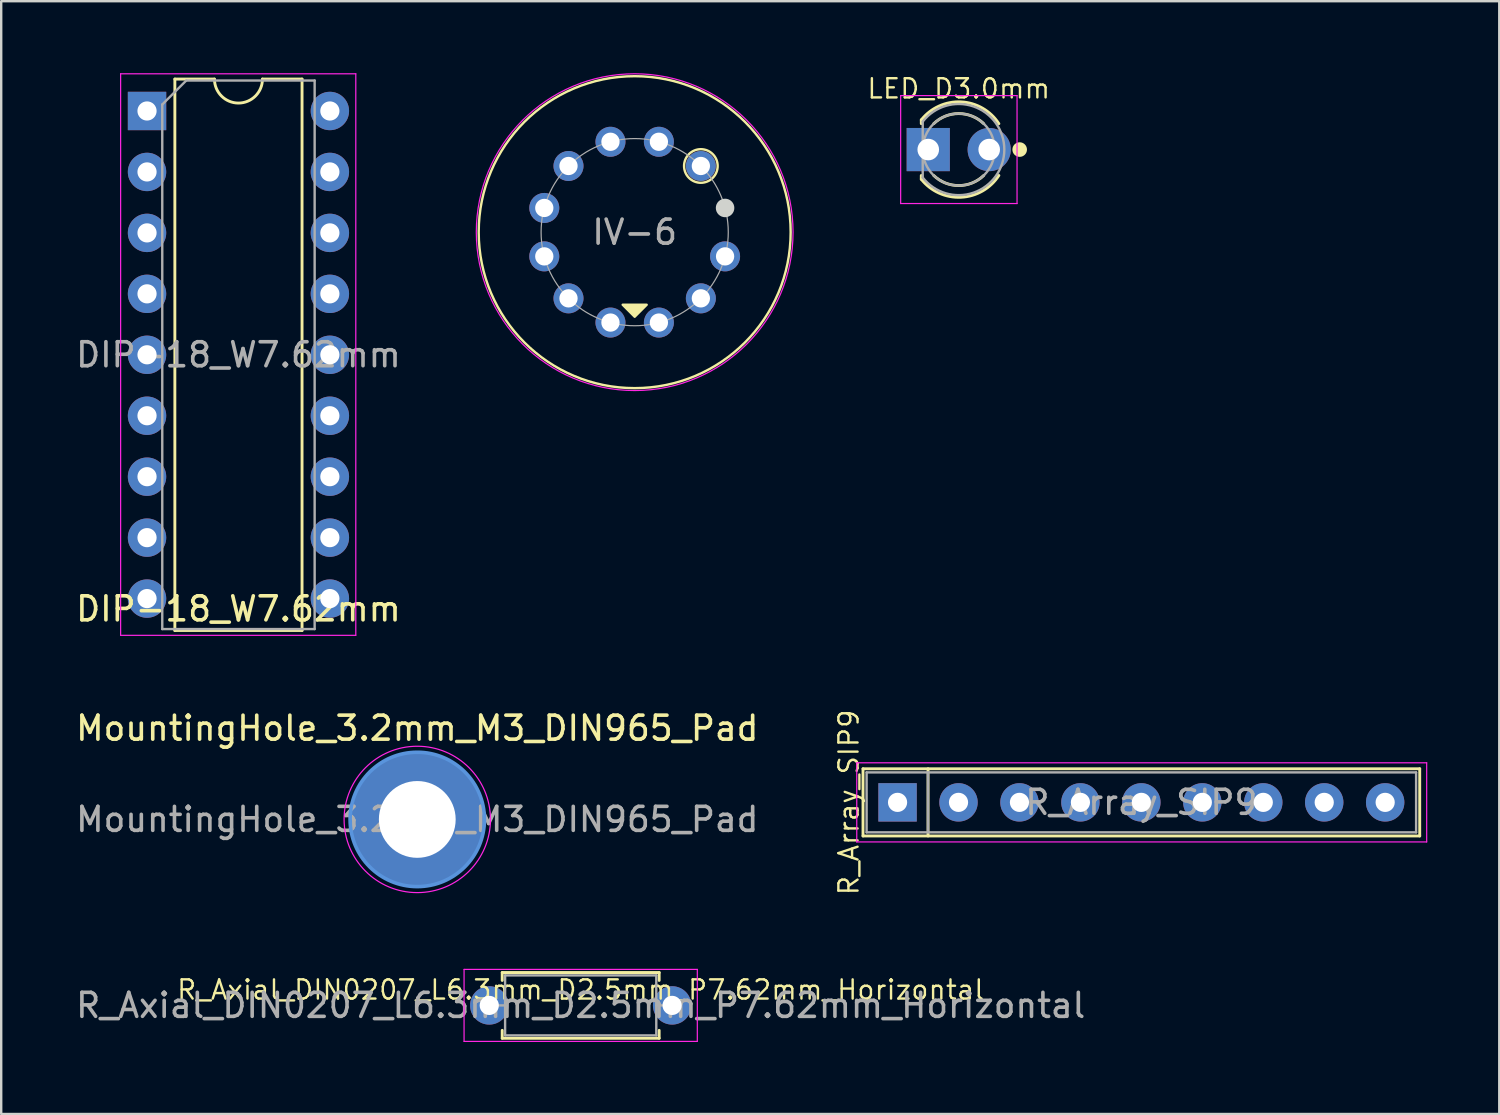
<source format=kicad_pcb>
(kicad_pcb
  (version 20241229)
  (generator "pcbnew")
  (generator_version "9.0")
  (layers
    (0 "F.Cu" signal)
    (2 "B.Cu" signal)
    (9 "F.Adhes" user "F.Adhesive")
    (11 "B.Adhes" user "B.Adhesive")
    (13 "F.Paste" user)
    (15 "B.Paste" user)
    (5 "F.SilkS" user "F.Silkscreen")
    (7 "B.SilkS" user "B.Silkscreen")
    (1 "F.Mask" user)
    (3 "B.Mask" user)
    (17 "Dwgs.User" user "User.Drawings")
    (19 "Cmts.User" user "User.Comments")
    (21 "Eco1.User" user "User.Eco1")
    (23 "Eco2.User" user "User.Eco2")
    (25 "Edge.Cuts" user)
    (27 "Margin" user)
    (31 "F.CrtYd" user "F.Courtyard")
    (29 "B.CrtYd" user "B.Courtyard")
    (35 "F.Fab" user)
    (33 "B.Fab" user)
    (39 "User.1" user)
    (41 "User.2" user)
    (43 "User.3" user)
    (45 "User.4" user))
  (footprint "MountingHole_3.2mm_M3_DIN965_Pad"
    (layer "F.Cu")
    (at 14.339 31.098)
    (property "Reference" "MountingHole_3.2mm_M3_DIN965_Pad" (at 0 -3.8 0) (layer "F.SilkS") (effects (font (size 1 1) (thickness 0.15))))
    (attr exclude_from_pos_files exclude_from_bom)
    (fp_circle (center 0 0) (end 2.8 0) (stroke (width 0.15) (type solid)) (fill no) (layer "Cmts.User"))
    (fp_circle (center 0 0) (end 3.05 0) (stroke (width 0.05) (type solid)) (fill no) (layer "F.CrtYd"))
    (fp_text user "${REFERENCE}" (at 0 0 0) (layer "F.Fab") (effects (font (size 1 1) (thickness 0.15))))
    (pad "1" thru_hole circle (at 0 0) (size 5.6 5.6) (drill 3.2) (layers "*.Cu" "*.Mask")))
  (footprint "LED_D3.0mm"
    (layer "F.Cu")
    (at 35.633 3.183)
    (property "Reference" "LED_D3.0mm" (at 1.27 -2.54 180) (layer "F.SilkS") (effects (font (size 0.8 0.8) (thickness 0.1))))
    (attr through_hole)
    (fp_line (start -0.29 -1.236) (end -0.29 -1.08) (stroke (width 0.12) (type solid)) (layer "F.SilkS"))
    (fp_line (start -0.29 1.08) (end -0.29 1.236) (stroke (width 0.12) (type solid)) (layer "F.SilkS"))
    (fp_arc (start -0.29 -1.235516) (mid 1.366487 -1.987659) (end 2.942335 -1.078608) (stroke (width 0.12) (type solid)) (layer "F.SilkS"))
    (fp_arc (start 0.229039 -1.08) (mid 1.270117 -1.5) (end 2.31113 -1.079837) (stroke (width 0.12) (type solid)) (layer "F.SilkS"))
    (fp_arc (start 2.31113 1.079837) (mid 1.270117 1.5) (end 0.229039 1.08) (stroke (width 0.12) (type solid)) (layer "F.SilkS"))
    (fp_arc (start 2.942335 1.078608) (mid 1.366487 1.987659) (end -0.29 1.235516) (stroke (width 0.12) (type solid)) (layer "F.SilkS"))
    (fp_circle (center 3.81 0) (end 4.064 0) (stroke (width 0.1) (type solid)) (fill yes) (layer "F.SilkS"))
    (fp_line (start -1.15 -2.25) (end -1.15 2.25) (stroke (width 0.05) (type solid)) (layer "F.CrtYd"))
    (fp_line (start -1.15 2.25) (end 3.7 2.25) (stroke (width 0.05) (type solid)) (layer "F.CrtYd"))
    (fp_line (start 3.7 -2.25) (end -1.15 -2.25) (stroke (width 0.05) (type solid)) (layer "F.CrtYd"))
    (fp_line (start 3.7 2.25) (end 3.7 -2.25) (stroke (width 0.05) (type solid)) (layer "F.CrtYd"))
    (fp_line (start -0.23 -1.166) (end -0.23 1.166) (stroke (width 0.1) (type solid)) (layer "F.Fab"))
    (fp_arc (start -0.23 -1.16619) (mid 3.17 0.000452) (end -0.230555 1.165476) (stroke (width 0.1) (type solid)) (layer "F.Fab"))
    (fp_circle (center 1.27 0) (end 2.77 0) (stroke (width 0.1) (type solid)) (fill no) (layer "F.Fab"))
    (pad "1" thru_hole rect (at 0 0) (size 1.8 1.8) (drill 0.9) (layers "*.Cu" "*.Mask"))
    (pad "2" thru_hole circle (at 2.54 0) (size 1.8 1.8) (drill 0.9) (layers "*.Cu" "*.Mask")))
  (footprint "R_Array_SIP9"
    (layer "F.Cu")
    (at 34.354 30.387)
    (property "Reference" "R_Array_SIP9" (at -2.032 0 90) (layer "F.SilkS") (effects (font (size 0.8 0.8) (thickness 0.1))))
    (attr through_hole)
    (fp_line (start -1.44 -1.4) (end -1.44 1.4) (stroke (width 0.12) (type solid)) (layer "F.SilkS"))
    (fp_line (start -1.44 1.4) (end 21.76 1.4) (stroke (width 0.12) (type solid)) (layer "F.SilkS"))
    (fp_line (start 1.27 -1.4) (end 1.27 1.4) (stroke (width 0.12) (type solid)) (layer "F.SilkS"))
    (fp_line (start 21.76 -1.4) (end -1.44 -1.4) (stroke (width 0.12) (type solid)) (layer "F.SilkS"))
    (fp_line (start 21.76 1.4) (end 21.76 -1.4) (stroke (width 0.12) (type solid)) (layer "F.SilkS"))
    (fp_line (start -1.7 -1.65) (end -1.7 1.65) (stroke (width 0.05) (type solid)) (layer "F.CrtYd"))
    (fp_line (start -1.7 1.65) (end 22.05 1.65) (stroke (width 0.05) (type solid)) (layer "F.CrtYd"))
    (fp_line (start 22.05 -1.65) (end -1.7 -1.65) (stroke (width 0.05) (type solid)) (layer "F.CrtYd"))
    (fp_line (start 22.05 1.65) (end 22.05 -1.65) (stroke (width 0.05) (type solid)) (layer "F.CrtYd"))
    (fp_line (start -1.29 -1.25) (end -1.29 1.25) (stroke (width 0.1) (type solid)) (layer "F.Fab"))
    (fp_line (start -1.29 1.25) (end 21.61 1.25) (stroke (width 0.1) (type solid)) (layer "F.Fab"))
    (fp_line (start 1.27 -1.25) (end 1.27 1.25) (stroke (width 0.1) (type solid)) (layer "F.Fab"))
    (fp_line (start 21.61 -1.25) (end -1.29 -1.25) (stroke (width 0.1) (type solid)) (layer "F.Fab"))
    (fp_line (start 21.61 1.25) (end 21.61 -1.25) (stroke (width 0.1) (type solid)) (layer "F.Fab"))
    (fp_text user "${REFERENCE}" (at 10.16 0 0) (layer "F.Fab") (effects (font (size 1 1) (thickness 0.15))))
    (pad "1" thru_hole rect (at 0 0) (size 1.6 1.6) (drill 0.8) (layers "*.Cu" "*.Mask"))
    (pad "2" thru_hole oval (at 2.54 0) (size 1.6 1.6) (drill 0.8) (layers "*.Cu" "*.Mask"))
    (pad "3" thru_hole oval (at 5.08 0) (size 1.6 1.6) (drill 0.8) (layers "*.Cu" "*.Mask"))
    (pad "4" thru_hole oval (at 7.62 0) (size 1.6 1.6) (drill 0.8) (layers "*.Cu" "*.Mask"))
    (pad "5" thru_hole oval (at 10.16 0) (size 1.6 1.6) (drill 0.8) (layers "*.Cu" "*.Mask"))
    (pad "6" thru_hole oval (at 12.7 0) (size 1.6 1.6) (drill 0.8) (layers "*.Cu" "*.Mask"))
    (pad "7" thru_hole oval (at 15.24 0) (size 1.6 1.6) (drill 0.8) (layers "*.Cu" "*.Mask"))
    (pad "8" thru_hole oval (at 17.78 0) (size 1.6 1.6) (drill 0.8) (layers "*.Cu" "*.Mask"))
    (pad "9" thru_hole oval (at 20.32 0) (size 1.6 1.6) (drill 0.8) (layers "*.Cu" "*.Mask")))
  (footprint "R_Axial_DIN0207_L6.3mm_D2.5mm_P7.62mm_Horizontal"
    (layer "F.Cu")
    (at 17.339 38.848)
    (property "Reference" "R_Axial_DIN0207_L6.3mm_D2.5mm_P7.62mm_Horizontal" (at 3.81 -0.65 0) (layer "F.SilkS") (effects (font (size 0.8 0.8) (thickness 0.1))))
    (attr through_hole)
    (fp_line (start 0.54 -1.37) (end 7.08 -1.37) (stroke (width 0.12) (type solid)) (layer "F.SilkS"))
    (fp_line (start 0.54 -1.04) (end 0.54 -1.37) (stroke (width 0.12) (type solid)) (layer "F.SilkS"))
    (fp_line (start 0.54 1.04) (end 0.54 1.37) (stroke (width 0.12) (type solid)) (layer "F.SilkS"))
    (fp_line (start 0.54 1.37) (end 7.08 1.37) (stroke (width 0.12) (type solid)) (layer "F.SilkS"))
    (fp_line (start 7.08 -1.37) (end 7.08 -1.04) (stroke (width 0.12) (type solid)) (layer "F.SilkS"))
    (fp_line (start 7.08 1.37) (end 7.08 1.04) (stroke (width 0.12) (type solid)) (layer "F.SilkS"))
    (fp_line (start -1.05 -1.5) (end -1.05 1.5) (stroke (width 0.05) (type solid)) (layer "F.CrtYd"))
    (fp_line (start -1.05 1.5) (end 8.67 1.5) (stroke (width 0.05) (type solid)) (layer "F.CrtYd"))
    (fp_line (start 8.67 -1.5) (end -1.05 -1.5) (stroke (width 0.05) (type solid)) (layer "F.CrtYd"))
    (fp_line (start 8.67 1.5) (end 8.67 -1.5) (stroke (width 0.05) (type solid)) (layer "F.CrtYd"))
    (fp_line (start 0 0) (end 0.66 0) (stroke (width 0.1) (type solid)) (layer "F.Fab"))
    (fp_line (start 0.66 -1.25) (end 0.66 1.25) (stroke (width 0.1) (type solid)) (layer "F.Fab"))
    (fp_line (start 0.66 1.25) (end 6.96 1.25) (stroke (width 0.1) (type solid)) (layer "F.Fab"))
    (fp_line (start 6.96 -1.25) (end 0.66 -1.25) (stroke (width 0.1) (type solid)) (layer "F.Fab"))
    (fp_line (start 6.96 1.25) (end 6.96 -1.25) (stroke (width 0.1) (type solid)) (layer "F.Fab"))
    (fp_line (start 7.62 0) (end 6.96 0) (stroke (width 0.1) (type solid)) (layer "F.Fab"))
    (fp_text user "${REFERENCE}" (at 3.81 0 0) (layer "F.Fab") (effects (font (size 1 1) (thickness 0.15))))
    (pad "1" thru_hole circle (at 0 0) (size 1.6 1.6) (drill 0.8) (layers "*.Cu" "*.Mask"))
    (pad "2" thru_hole oval (at 7.62 0) (size 1.6 1.6) (drill 0.8) (layers "*.Cu" "*.Mask")))
  (footprint "IV-6"
    (layer "F.Cu")
    (at 23.399 6.625)
    (property "Reference" "IV-6" (at 0 0 0) (unlocked yes) (layer "F.SilkS") (effects (font (size 1 1) (thickness 0.1))))
    (attr through_hole)
    (fp_circle (center 0 0) (end 6.5 0) (stroke (width 0.1) (type solid)) (fill no) (layer "F.SilkS"))
    (fp_circle (center 2.758 -2.758) (end 3.458 -2.758) (stroke (width 0.1) (type default)) (fill no) (layer "F.SilkS"))
    (fp_poly (pts (xy 0 3.525) (xy 0.5 3.025) (xy -0.5 3.025)) (stroke (width 0.1) (type solid)) (fill yes) (layer "F.SilkS"))
    (fp_circle (center 3.767 -1.009) (end 4.148 -1.009) (stroke (width 0.01) (type solid)) (fill yes) (layer "Edge.Cuts"))
    (fp_circle (center 0 0) (end 6.6 0) (stroke (width 0.05) (type solid)) (fill no) (layer "F.CrtYd"))
    (fp_circle (center 0 0) (end 3.9 0) (stroke (width 0.05) (type solid)) (fill no) (layer "F.Fab"))
    (fp_text user "${REFERENCE}" (at 0 0 0) (unlocked yes) (layer "F.Fab") (effects (font (size 1 1) (thickness 0.15))))
    (pad "1" thru_hole circle (at 2.758 -2.758 45) (size 1.25 1.25) (drill 0.762) (layers "*.Cu" "*.Mask"))
    (pad "2" thru_hole circle (at 1.009 -3.767) (size 1.25 1.25) (drill 0.762) (layers "*.Cu" "*.Mask"))
    (pad "3" thru_hole circle (at -1.009 -3.767) (size 1.25 1.25) (drill 0.762) (layers "*.Cu" "*.Mask"))
    (pad "4" thru_hole circle (at -2.758 -2.758) (size 1.25 1.25) (drill 0.762) (layers "*.Cu" "*.Mask"))
    (pad "5" thru_hole circle (at -3.767 -1.009) (size 1.25 1.25) (drill 0.762) (layers "*.Cu" "*.Mask"))
    (pad "6" thru_hole circle (at -3.767 1.009) (size 1.25 1.25) (drill 0.762) (layers "*.Cu" "*.Mask"))
    (pad "7" thru_hole circle (at -2.758 2.758) (size 1.25 1.25) (drill 0.762) (layers "*.Cu" "*.Mask"))
    (pad "8" thru_hole circle (at -1.009 3.767) (size 1.25 1.25) (drill 0.762) (layers "*.Cu" "*.Mask"))
    (pad "9" thru_hole circle (at 1.009 3.767) (size 1.25 1.25) (drill 0.762) (layers "*.Cu" "*.Mask"))
    (pad "10" thru_hole circle (at 2.758 2.758) (size 1.25 1.25) (drill 0.762) (layers "*.Cu" "*.Mask"))
    (pad "11" thru_hole circle (at 3.767 1.009) (size 1.25 1.25) (drill 0.762) (layers "*.Cu" "*.Mask")))
  (footprint "DIP-18_W7.62mm"
    (layer "F.Cu")
    (at 3.077 1.575)
    (property "Reference" "DIP-18_W7.62mm" (at 3.81 20.75 0) (layer "F.SilkS") (effects (font (size 1 1) (thickness 0.15))))
    (attr through_hole)
    (fp_line (start 1.16 -1.33) (end 1.16 21.65) (stroke (width 0.12) (type solid)) (layer "F.SilkS"))
    (fp_line (start 1.16 21.65) (end 6.46 21.65) (stroke (width 0.12) (type solid)) (layer "F.SilkS"))
    (fp_line (start 2.81 -1.33) (end 1.16 -1.33) (stroke (width 0.12) (type solid)) (layer "F.SilkS"))
    (fp_line (start 6.46 -1.33) (end 4.81 -1.33) (stroke (width 0.12) (type solid)) (layer "F.SilkS"))
    (fp_line (start 6.46 21.65) (end 6.46 -1.33) (stroke (width 0.12) (type solid)) (layer "F.SilkS"))
    (fp_arc (start 4.81 -1.33) (mid 3.81 -0.33) (end 2.81 -1.33) (stroke (width 0.12) (type solid)) (layer "F.SilkS"))
    (fp_line (start -1.1 -1.55) (end -1.1 21.85) (stroke (width 0.05) (type solid)) (layer "F.CrtYd"))
    (fp_line (start -1.1 21.85) (end 8.7 21.85) (stroke (width 0.05) (type solid)) (layer "F.CrtYd"))
    (fp_line (start 8.7 -1.55) (end -1.1 -1.55) (stroke (width 0.05) (type solid)) (layer "F.CrtYd"))
    (fp_line (start 8.7 21.85) (end 8.7 -1.55) (stroke (width 0.05) (type solid)) (layer "F.CrtYd"))
    (fp_line (start 0.635 -0.27) (end 1.635 -1.27) (stroke (width 0.1) (type solid)) (layer "F.Fab"))
    (fp_line (start 0.635 21.59) (end 0.635 -0.27) (stroke (width 0.1) (type solid)) (layer "F.Fab"))
    (fp_line (start 1.635 -1.27) (end 6.985 -1.27) (stroke (width 0.1) (type solid)) (layer "F.Fab"))
    (fp_line (start 6.985 -1.27) (end 6.985 21.59) (stroke (width 0.1) (type solid)) (layer "F.Fab"))
    (fp_line (start 6.985 21.59) (end 0.635 21.59) (stroke (width 0.1) (type solid)) (layer "F.Fab"))
    (fp_text user "${REFERENCE}" (at 3.81 10.16 0) (layer "F.Fab") (effects (font (size 1 1) (thickness 0.15))))
    (pad "1" thru_hole rect (at 0 0) (size 1.6 1.6) (drill 0.8) (layers "*.Cu" "*.Mask"))
    (pad "2" thru_hole oval (at 0 2.54) (size 1.6 1.6) (drill 0.8) (layers "*.Cu" "*.Mask"))
    (pad "3" thru_hole oval (at 0 5.08) (size 1.6 1.6) (drill 0.8) (layers "*.Cu" "*.Mask"))
    (pad "4" thru_hole oval (at 0 7.62) (size 1.6 1.6) (drill 0.8) (layers "*.Cu" "*.Mask"))
    (pad "5" thru_hole oval (at 0 10.16) (size 1.6 1.6) (drill 0.8) (layers "*.Cu" "*.Mask"))
    (pad "6" thru_hole oval (at 0 12.7) (size 1.6 1.6) (drill 0.8) (layers "*.Cu" "*.Mask"))
    (pad "7" thru_hole oval (at 0 15.24) (size 1.6 1.6) (drill 0.8) (layers "*.Cu" "*.Mask"))
    (pad "8" thru_hole oval (at 0 17.78) (size 1.6 1.6) (drill 0.8) (layers "*.Cu" "*.Mask"))
    (pad "9" thru_hole oval (at 0 20.32) (size 1.6 1.6) (drill 0.8) (layers "*.Cu" "*.Mask"))
    (pad "10" thru_hole oval (at 7.62 20.32) (size 1.6 1.6) (drill 0.8) (layers "*.Cu" "*.Mask"))
    (pad "11" thru_hole oval (at 7.62 17.78) (size 1.6 1.6) (drill 0.8) (layers "*.Cu" "*.Mask"))
    (pad "12" thru_hole oval (at 7.62 15.24) (size 1.6 1.6) (drill 0.8) (layers "*.Cu" "*.Mask"))
    (pad "13" thru_hole oval (at 7.62 12.7) (size 1.6 1.6) (drill 0.8) (layers "*.Cu" "*.Mask"))
    (pad "14" thru_hole oval (at 7.62 10.16) (size 1.6 1.6) (drill 0.8) (layers "*.Cu" "*.Mask"))
    (pad "15" thru_hole oval (at 7.62 7.62) (size 1.6 1.6) (drill 0.8) (layers "*.Cu" "*.Mask"))
    (pad "16" thru_hole oval (at 7.62 5.08) (size 1.6 1.6) (drill 0.8) (layers "*.Cu" "*.Mask"))
    (pad "17" thru_hole oval (at 7.62 2.54) (size 1.6 1.6) (drill 0.8) (layers "*.Cu" "*.Mask"))
    (pad "18" thru_hole oval (at 7.62 0) (size 1.6 1.6) (drill 0.8) (layers "*.Cu" "*.Mask")))
  (gr_rect
    (start -3 -3)
    (end 59.429 43.373)
    (stroke (width 0.1) (type default))
    (fill no)
    (layer "Edge.Cuts")))
</source>
